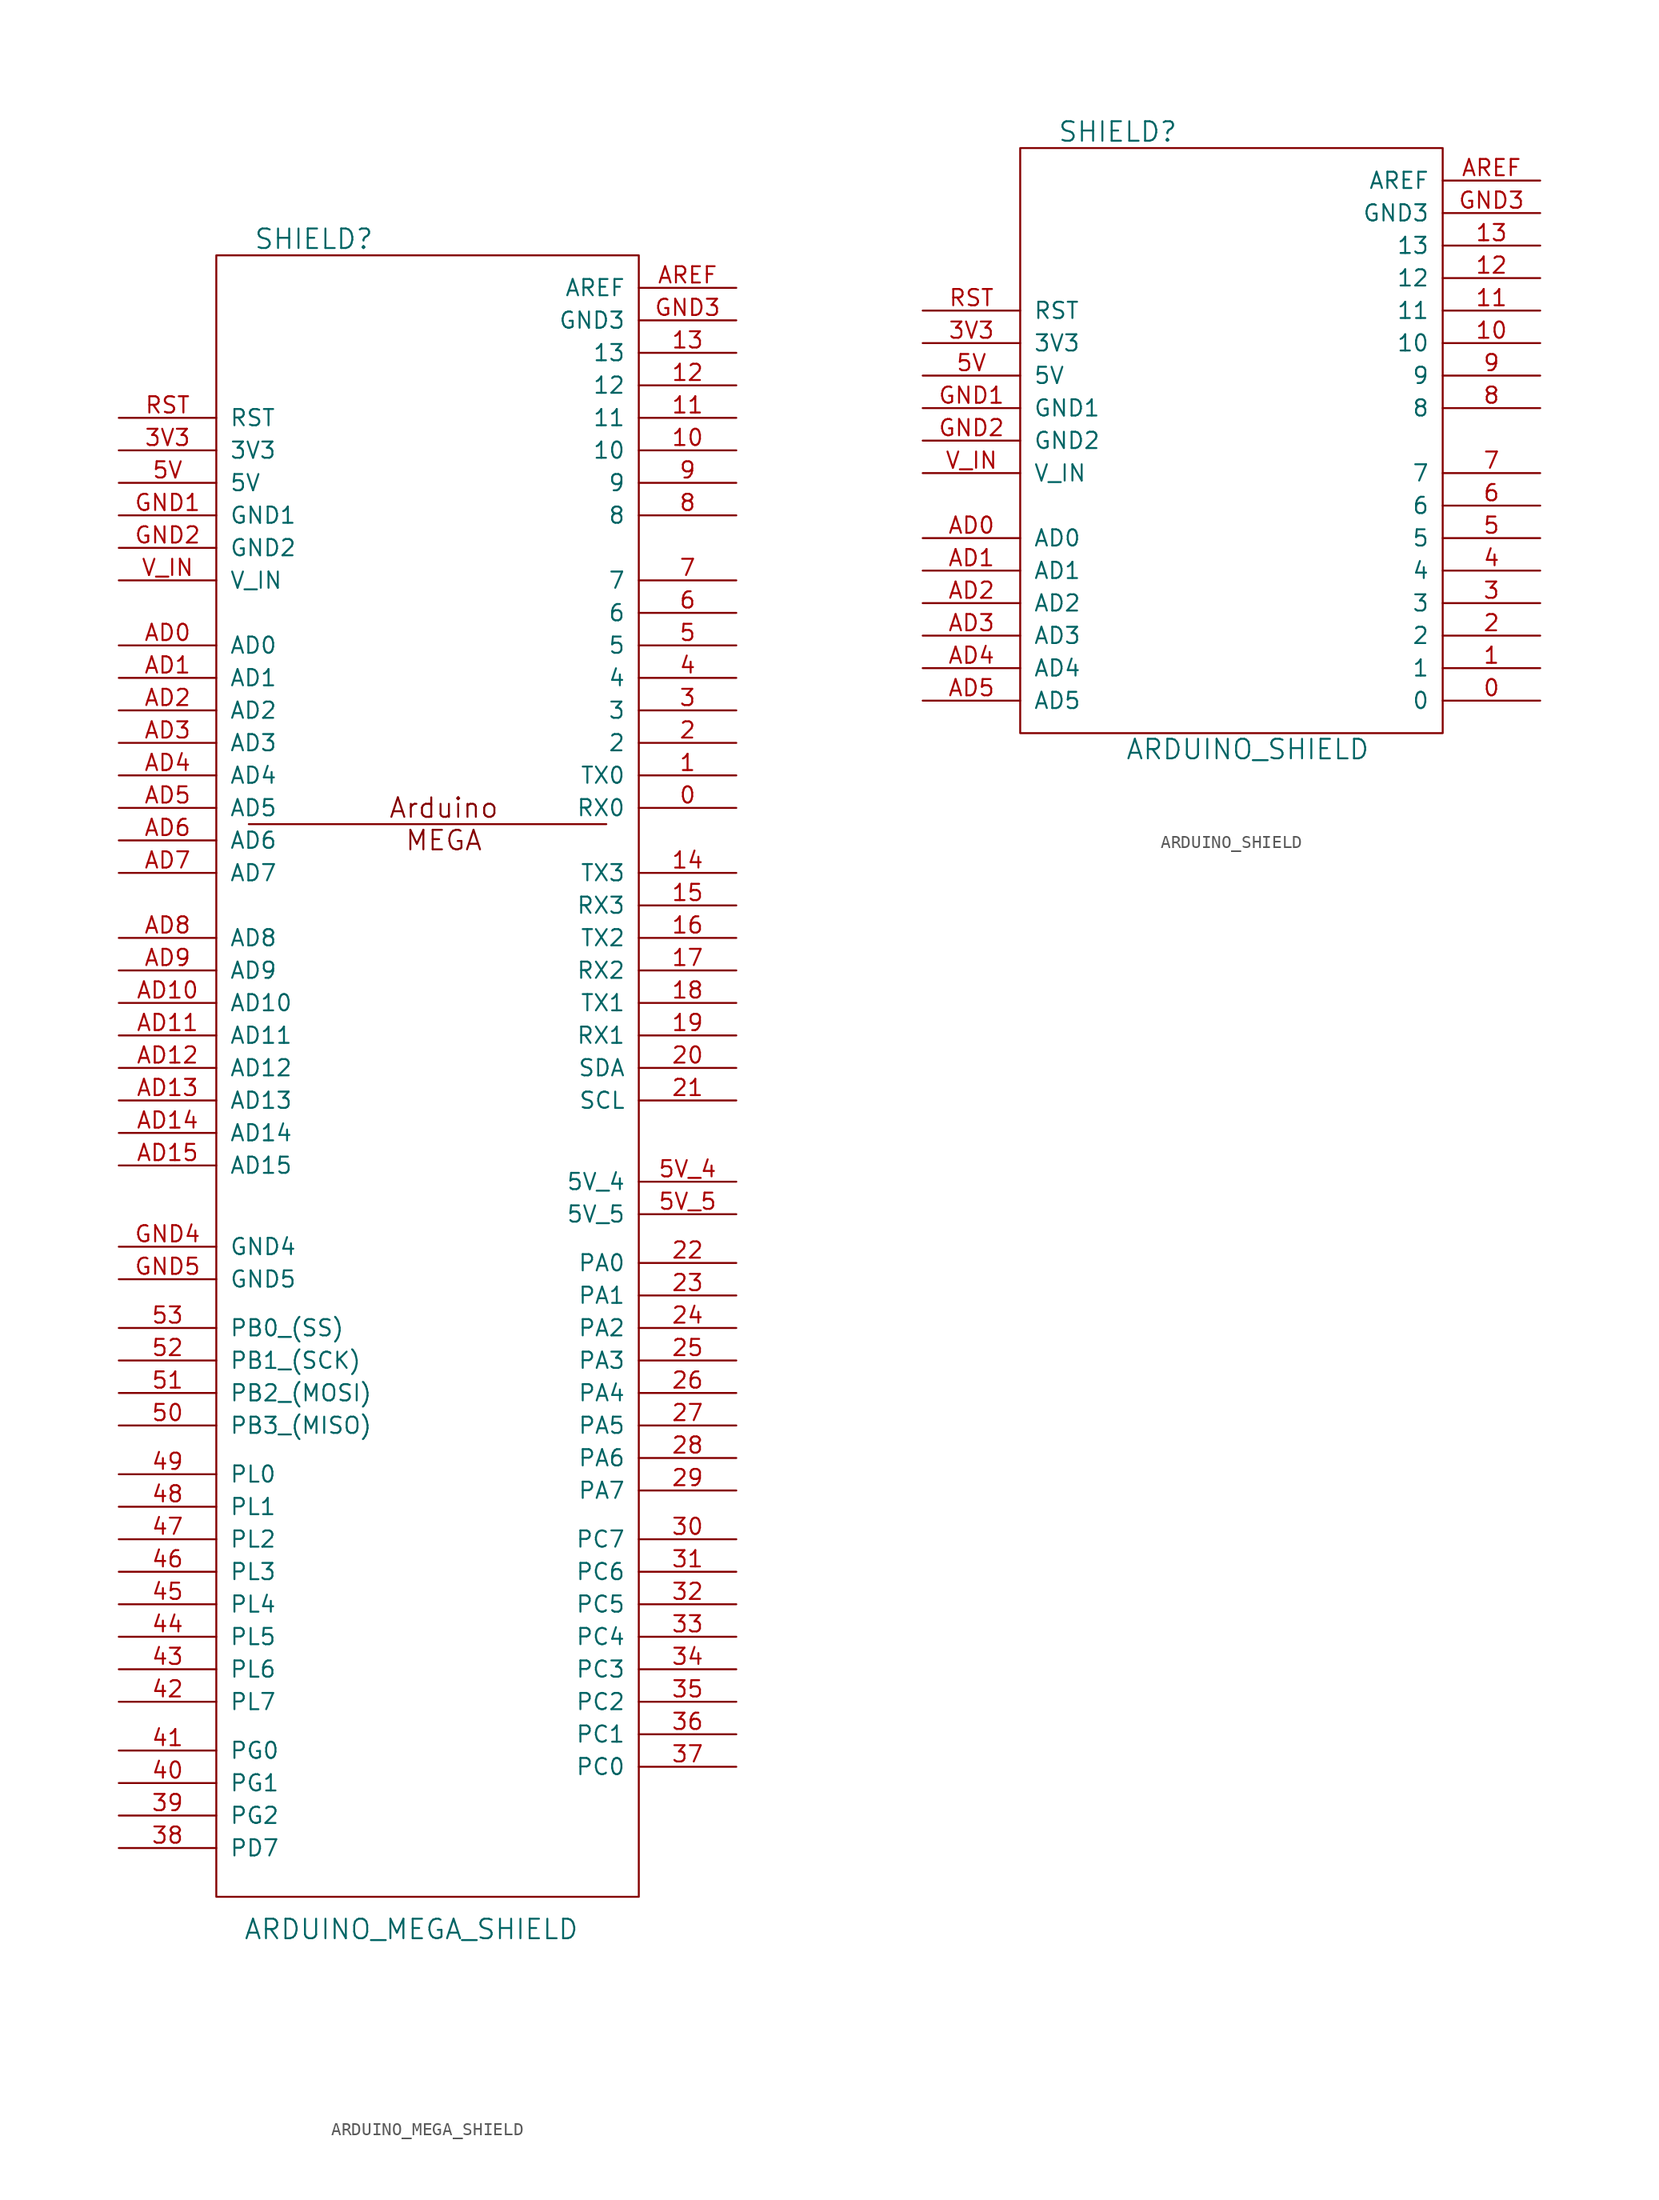
<source format=kicad_sym>
(kicad_symbol_lib
  (version 20211014)
  (generator kicad_symbol_editor)
  (symbol "ARDUINO_MEGA_SHIELD"
    (pin_names
      (offset 1.016))
    (property "Reference" "SHIELD"
      (at -10.16 63.5 0)
      (effects (font (size 1.524 1.524))))
    (property "Value" "ARDUINO_MEGA_SHIELD"
      (at -2.54 -68.58 0)
      (effects (font (size 1.524 1.524))))
    (symbol "ARDUINO_MEGA_SHIELD_0_0"
      (text "Arduino" (at 0 19.05 0) (effects (font (size 1.524 1.524))))
      (text "MEGA" (at 0 16.51 0) (effects (font (size 1.524 1.524)))))
    (symbol "ARDUINO_MEGA_SHIELD_0_1"
      (rectangle (start -17.78 -66.04) (end 15.24 62.23) (stroke (width 0) (type default) (color 0 0 0 0)) (fill (type none)))
      (polyline (pts (xy -15.24 17.78) (xy 12.7 17.78) (xy 12.7 17.78)) (stroke (width 0) (type default) (color 0 0 0 0)) (fill (type none))))
    (symbol "ARDUINO_MEGA_SHIELD_1_1"
      (pin bidirectional line (at 22.86 19.05 180) (length 7.62) (name "RX0" (effects (font (size 1.27 1.27)))) (number "0" (effects (font (size 1.27 1.27)))))
      (pin bidirectional line (at 22.86 21.59 180) (length 7.62) (name "TX0" (effects (font (size 1.27 1.27)))) (number "1" (effects (font (size 1.27 1.27)))))
      (pin bidirectional line (at 22.86 46.99 180) (length 7.62) (name "10" (effects (font (size 1.27 1.27)))) (number "10" (effects (font (size 1.27 1.27)))))
      (pin bidirectional line (at 22.86 49.53 180) (length 7.62) (name "11" (effects (font (size 1.27 1.27)))) (number "11" (effects (font (size 1.27 1.27)))))
      (pin bidirectional line (at 22.86 52.07 180) (length 7.62) (name "12" (effects (font (size 1.27 1.27)))) (number "12" (effects (font (size 1.27 1.27)))))
      (pin bidirectional line (at 22.86 54.61 180) (length 7.62) (name "13" (effects (font (size 1.27 1.27)))) (number "13" (effects (font (size 1.27 1.27)))))
      (pin bidirectional line (at 22.86 13.97 180) (length 7.62) (name "TX3" (effects (font (size 1.27 1.27)))) (number "14" (effects (font (size 1.27 1.27)))))
      (pin bidirectional line (at 22.86 11.43 180) (length 7.62) (name "RX3" (effects (font (size 1.27 1.27)))) (number "15" (effects (font (size 1.27 1.27)))))
      (pin bidirectional line (at 22.86 8.89 180) (length 7.62) (name "TX2" (effects (font (size 1.27 1.27)))) (number "16" (effects (font (size 1.27 1.27)))))
      (pin bidirectional line (at 22.86 6.35 180) (length 7.62) (name "RX2" (effects (font (size 1.27 1.27)))) (number "17" (effects (font (size 1.27 1.27)))))
      (pin bidirectional line (at 22.86 3.81 180) (length 7.62) (name "TX1" (effects (font (size 1.27 1.27)))) (number "18" (effects (font (size 1.27 1.27)))))
      (pin bidirectional line (at 22.86 1.27 180) (length 7.62) (name "RX1" (effects (font (size 1.27 1.27)))) (number "19" (effects (font (size 1.27 1.27)))))
      (pin bidirectional line (at 22.86 24.13 180) (length 7.62) (name "2" (effects (font (size 1.27 1.27)))) (number "2" (effects (font (size 1.27 1.27)))))
      (pin bidirectional line (at 22.86 -1.27 180) (length 7.62) (name "SDA" (effects (font (size 1.27 1.27)))) (number "20" (effects (font (size 1.27 1.27)))))
      (pin bidirectional line (at 22.86 -3.81 180) (length 7.62) (name "SCL" (effects (font (size 1.27 1.27)))) (number "21" (effects (font (size 1.27 1.27)))))
      (pin bidirectional line (at 22.86 -16.51 180) (length 7.62) (name "PA0" (effects (font (size 1.27 1.27)))) (number "22" (effects (font (size 1.27 1.27)))))
      (pin bidirectional line (at 22.86 -19.05 180) (length 7.62) (name "PA1" (effects (font (size 1.27 1.27)))) (number "23" (effects (font (size 1.27 1.27)))))
      (pin bidirectional line (at 22.86 -21.59 180) (length 7.62) (name "PA2" (effects (font (size 1.27 1.27)))) (number "24" (effects (font (size 1.27 1.27)))))
      (pin bidirectional line (at 22.86 -24.13 180) (length 7.62) (name "PA3" (effects (font (size 1.27 1.27)))) (number "25" (effects (font (size 1.27 1.27)))))
      (pin bidirectional line (at 22.86 -26.67 180) (length 7.62) (name "PA4" (effects (font (size 1.27 1.27)))) (number "26" (effects (font (size 1.27 1.27)))))
      (pin bidirectional line (at 22.86 -29.21 180) (length 7.62) (name "PA5" (effects (font (size 1.27 1.27)))) (number "27" (effects (font (size 1.27 1.27)))))
      (pin bidirectional line (at 22.86 -31.75 180) (length 7.62) (name "PA6" (effects (font (size 1.27 1.27)))) (number "28" (effects (font (size 1.27 1.27)))))
      (pin bidirectional line (at 22.86 -34.29 180) (length 7.62) (name "PA7" (effects (font (size 1.27 1.27)))) (number "29" (effects (font (size 1.27 1.27)))))
      (pin bidirectional line (at 22.86 26.67 180) (length 7.62) (name "3" (effects (font (size 1.27 1.27)))) (number "3" (effects (font (size 1.27 1.27)))))
      (pin bidirectional line (at 22.86 -38.1 180) (length 7.62) (name "PC7" (effects (font (size 1.27 1.27)))) (number "30" (effects (font (size 1.27 1.27)))))
      (pin bidirectional line (at 22.86 -40.64 180) (length 7.62) (name "PC6" (effects (font (size 1.27 1.27)))) (number "31" (effects (font (size 1.27 1.27)))))
      (pin bidirectional line (at 22.86 -43.18 180) (length 7.62) (name "PC5" (effects (font (size 1.27 1.27)))) (number "32" (effects (font (size 1.27 1.27)))))
      (pin bidirectional line (at 22.86 -45.72 180) (length 7.62) (name "PC4" (effects (font (size 1.27 1.27)))) (number "33" (effects (font (size 1.27 1.27)))))
      (pin bidirectional line (at 22.86 -48.26 180) (length 7.62) (name "PC3" (effects (font (size 1.27 1.27)))) (number "34" (effects (font (size 1.27 1.27)))))
      (pin bidirectional line (at 22.86 -50.8 180) (length 7.62) (name "PC2" (effects (font (size 1.27 1.27)))) (number "35" (effects (font (size 1.27 1.27)))))
      (pin bidirectional line (at 22.86 -53.34 180) (length 7.62) (name "PC1" (effects (font (size 1.27 1.27)))) (number "36" (effects (font (size 1.27 1.27)))))
      (pin bidirectional line (at 22.86 -55.88 180) (length 7.62) (name "PC0" (effects (font (size 1.27 1.27)))) (number "37" (effects (font (size 1.27 1.27)))))
      (pin bidirectional line (at -25.4 -62.23 0) (length 7.62) (name "PD7" (effects (font (size 1.27 1.27)))) (number "38" (effects (font (size 1.27 1.27)))))
      (pin bidirectional line (at -25.4 -59.69 0) (length 7.62) (name "PG2" (effects (font (size 1.27 1.27)))) (number "39" (effects (font (size 1.27 1.27)))))
      (pin power_in line (at -25.4 46.99 0) (length 7.62) (name "3V3" (effects (font (size 1.27 1.27)))) (number "3V3" (effects (font (size 1.27 1.27)))))
      (pin bidirectional line (at 22.86 29.21 180) (length 7.62) (name "4" (effects (font (size 1.27 1.27)))) (number "4" (effects (font (size 1.27 1.27)))))
      (pin bidirectional line (at -25.4 -57.15 0) (length 7.62) (name "PG1" (effects (font (size 1.27 1.27)))) (number "40" (effects (font (size 1.27 1.27)))))
      (pin bidirectional line (at -25.4 -54.61 0) (length 7.62) (name "PG0" (effects (font (size 1.27 1.27)))) (number "41" (effects (font (size 1.27 1.27)))))
      (pin bidirectional line (at -25.4 -50.8 0) (length 7.62) (name "PL7" (effects (font (size 1.27 1.27)))) (number "42" (effects (font (size 1.27 1.27)))))
      (pin bidirectional line (at -25.4 -48.26 0) (length 7.62) (name "PL6" (effects (font (size 1.27 1.27)))) (number "43" (effects (font (size 1.27 1.27)))))
      (pin bidirectional line (at -25.4 -45.72 0) (length 7.62) (name "PL5" (effects (font (size 1.27 1.27)))) (number "44" (effects (font (size 1.27 1.27)))))
      (pin bidirectional line (at -25.4 -43.18 0) (length 7.62) (name "PL4" (effects (font (size 1.27 1.27)))) (number "45" (effects (font (size 1.27 1.27)))))
      (pin bidirectional line (at -25.4 -40.64 0) (length 7.62) (name "PL3" (effects (font (size 1.27 1.27)))) (number "46" (effects (font (size 1.27 1.27)))))
      (pin bidirectional line (at -25.4 -38.1 0) (length 7.62) (name "PL2" (effects (font (size 1.27 1.27)))) (number "47" (effects (font (size 1.27 1.27)))))
      (pin bidirectional line (at -25.4 -35.56 0) (length 7.62) (name "PL1" (effects (font (size 1.27 1.27)))) (number "48" (effects (font (size 1.27 1.27)))))
      (pin bidirectional line (at -25.4 -33.02 0) (length 7.62) (name "PL0" (effects (font (size 1.27 1.27)))) (number "49" (effects (font (size 1.27 1.27)))))
      (pin bidirectional line (at 22.86 31.75 180) (length 7.62) (name "5" (effects (font (size 1.27 1.27)))) (number "5" (effects (font (size 1.27 1.27)))))
      (pin bidirectional line (at -25.4 -29.21 0) (length 7.62) (name "PB3_(MISO)" (effects (font (size 1.27 1.27)))) (number "50" (effects (font (size 1.27 1.27)))))
      (pin bidirectional line (at -25.4 -26.67 0) (length 7.62) (name "PB2_(MOSI)" (effects (font (size 1.27 1.27)))) (number "51" (effects (font (size 1.27 1.27)))))
      (pin bidirectional line (at -25.4 -24.13 0) (length 7.62) (name "PB1_(SCK)" (effects (font (size 1.27 1.27)))) (number "52" (effects (font (size 1.27 1.27)))))
      (pin bidirectional line (at -25.4 -21.59 0) (length 7.62) (name "PB0_(SS)" (effects (font (size 1.27 1.27)))) (number "53" (effects (font (size 1.27 1.27)))))
      (pin power_in line (at -25.4 44.45 0) (length 7.62) (name "5V" (effects (font (size 1.27 1.27)))) (number "5V" (effects (font (size 1.27 1.27)))))
      (pin power_in line (at 22.86 -10.16 180) (length 7.62) (name "5V_4" (effects (font (size 1.27 1.27)))) (number "5V_4" (effects (font (size 1.27 1.27)))))
      (pin power_in line (at 22.86 -12.7 180) (length 7.62) (name "5V_5" (effects (font (size 1.27 1.27)))) (number "5V_5" (effects (font (size 1.27 1.27)))))
      (pin bidirectional line (at 22.86 34.29 180) (length 7.62) (name "6" (effects (font (size 1.27 1.27)))) (number "6" (effects (font (size 1.27 1.27)))))
      (pin bidirectional line (at 22.86 36.83 180) (length 7.62) (name "7" (effects (font (size 1.27 1.27)))) (number "7" (effects (font (size 1.27 1.27)))))
      (pin bidirectional line (at 22.86 41.91 180) (length 7.62) (name "8" (effects (font (size 1.27 1.27)))) (number "8" (effects (font (size 1.27 1.27)))))
      (pin bidirectional line (at 22.86 44.45 180) (length 7.62) (name "9" (effects (font (size 1.27 1.27)))) (number "9" (effects (font (size 1.27 1.27)))))
      (pin bidirectional line (at -25.4 31.75 0) (length 7.62) (name "AD0" (effects (font (size 1.27 1.27)))) (number "AD0" (effects (font (size 1.27 1.27)))))
      (pin bidirectional line (at -25.4 29.21 0) (length 7.62) (name "AD1" (effects (font (size 1.27 1.27)))) (number "AD1" (effects (font (size 1.27 1.27)))))
      (pin bidirectional line (at -25.4 3.81 0) (length 7.62) (name "AD10" (effects (font (size 1.27 1.27)))) (number "AD10" (effects (font (size 1.27 1.27)))))
      (pin bidirectional line (at -25.4 1.27 0) (length 7.62) (name "AD11" (effects (font (size 1.27 1.27)))) (number "AD11" (effects (font (size 1.27 1.27)))))
      (pin bidirectional line (at -25.4 -1.27 0) (length 7.62) (name "AD12" (effects (font (size 1.27 1.27)))) (number "AD12" (effects (font (size 1.27 1.27)))))
      (pin bidirectional line (at -25.4 -3.81 0) (length 7.62) (name "AD13" (effects (font (size 1.27 1.27)))) (number "AD13" (effects (font (size 1.27 1.27)))))
      (pin bidirectional line (at -25.4 -6.35 0) (length 7.62) (name "AD14" (effects (font (size 1.27 1.27)))) (number "AD14" (effects (font (size 1.27 1.27)))))
      (pin bidirectional line (at -25.4 -8.89 0) (length 7.62) (name "AD15" (effects (font (size 1.27 1.27)))) (number "AD15" (effects (font (size 1.27 1.27)))))
      (pin bidirectional line (at -25.4 26.67 0) (length 7.62) (name "AD2" (effects (font (size 1.27 1.27)))) (number "AD2" (effects (font (size 1.27 1.27)))))
      (pin bidirectional line (at -25.4 24.13 0) (length 7.62) (name "AD3" (effects (font (size 1.27 1.27)))) (number "AD3" (effects (font (size 1.27 1.27)))))
      (pin bidirectional line (at -25.4 21.59 0) (length 7.62) (name "AD4" (effects (font (size 1.27 1.27)))) (number "AD4" (effects (font (size 1.27 1.27)))))
      (pin bidirectional line (at -25.4 19.05 0) (length 7.62) (name "AD5" (effects (font (size 1.27 1.27)))) (number "AD5" (effects (font (size 1.27 1.27)))))
      (pin bidirectional line (at -25.4 16.51 0) (length 7.62) (name "AD6" (effects (font (size 1.27 1.27)))) (number "AD6" (effects (font (size 1.27 1.27)))))
      (pin bidirectional line (at -25.4 13.97 0) (length 7.62) (name "AD7" (effects (font (size 1.27 1.27)))) (number "AD7" (effects (font (size 1.27 1.27)))))
      (pin bidirectional line (at -25.4 8.89 0) (length 7.62) (name "AD8" (effects (font (size 1.27 1.27)))) (number "AD8" (effects (font (size 1.27 1.27)))))
      (pin bidirectional line (at -25.4 6.35 0) (length 7.62) (name "AD9" (effects (font (size 1.27 1.27)))) (number "AD9" (effects (font (size 1.27 1.27)))))
      (pin power_in line (at 22.86 59.69 180) (length 7.62) (name "AREF" (effects (font (size 1.27 1.27)))) (number "AREF" (effects (font (size 1.27 1.27)))))
      (pin power_in line (at -25.4 41.91 0) (length 7.62) (name "GND1" (effects (font (size 1.27 1.27)))) (number "GND1" (effects (font (size 1.27 1.27)))))
      (pin power_in line (at -25.4 39.37 0) (length 7.62) (name "GND2" (effects (font (size 1.27 1.27)))) (number "GND2" (effects (font (size 1.27 1.27)))))
      (pin power_in line (at 22.86 57.15 180) (length 7.62) (name "GND3" (effects (font (size 1.27 1.27)))) (number "GND3" (effects (font (size 1.27 1.27)))))
      (pin power_in line (at -25.4 -15.24 0) (length 7.62) (name "GND4" (effects (font (size 1.27 1.27)))) (number "GND4" (effects (font (size 1.27 1.27)))))
      (pin power_in line (at -25.4 -17.78 0) (length 7.62) (name "GND5" (effects (font (size 1.27 1.27)))) (number "GND5" (effects (font (size 1.27 1.27)))))
      (pin input line (at -25.4 49.53 0) (length 7.62) (name "RST" (effects (font (size 1.27 1.27)))) (number "RST" (effects (font (size 1.27 1.27)))))
      (pin power_in line (at -25.4 36.83 0) (length 7.62) (name "V_IN" (effects (font (size 1.27 1.27)))) (number "V_IN" (effects (font (size 1.27 1.27)))))))
  (symbol "ARDUINO_SHIELD"
    (pin_names
      (offset 1.016))
    (property "Reference" "SHIELD"
      (at -8.89 24.13 0)
      (effects (font (size 1.524 1.524))))
    (property "Value" "ARDUINO_SHIELD"
      (at 1.27 -24.13 0)
      (effects (font (size 1.524 1.524))))
    (symbol "ARDUINO_SHIELD_0_1"
      (rectangle (start -16.51 -22.86) (end 16.51 22.86) (stroke (width 0) (type default) (color 0 0 0 0)) (fill (type none))))
    (symbol "ARDUINO_SHIELD_1_1"
      (pin bidirectional line (at 24.13 -20.32 180) (length 7.62) (name "0" (effects (font (size 1.27 1.27)))) (number "0" (effects (font (size 1.27 1.27)))))
      (pin bidirectional line (at 24.13 -17.78 180) (length 7.62) (name "1" (effects (font (size 1.27 1.27)))) (number "1" (effects (font (size 1.27 1.27)))))
      (pin bidirectional line (at 24.13 7.62 180) (length 7.62) (name "10" (effects (font (size 1.27 1.27)))) (number "10" (effects (font (size 1.27 1.27)))))
      (pin bidirectional line (at 24.13 10.16 180) (length 7.62) (name "11" (effects (font (size 1.27 1.27)))) (number "11" (effects (font (size 1.27 1.27)))))
      (pin bidirectional line (at 24.13 12.7 180) (length 7.62) (name "12" (effects (font (size 1.27 1.27)))) (number "12" (effects (font (size 1.27 1.27)))))
      (pin bidirectional line (at 24.13 15.24 180) (length 7.62) (name "13" (effects (font (size 1.27 1.27)))) (number "13" (effects (font (size 1.27 1.27)))))
      (pin bidirectional line (at 24.13 -15.24 180) (length 7.62) (name "2" (effects (font (size 1.27 1.27)))) (number "2" (effects (font (size 1.27 1.27)))))
      (pin bidirectional line (at 24.13 -12.7 180) (length 7.62) (name "3" (effects (font (size 1.27 1.27)))) (number "3" (effects (font (size 1.27 1.27)))))
      (pin power_in line (at -24.13 7.62 0) (length 7.62) (name "3V3" (effects (font (size 1.27 1.27)))) (number "3V3" (effects (font (size 1.27 1.27)))))
      (pin bidirectional line (at 24.13 -10.16 180) (length 7.62) (name "4" (effects (font (size 1.27 1.27)))) (number "4" (effects (font (size 1.27 1.27)))))
      (pin bidirectional line (at 24.13 -7.62 180) (length 7.62) (name "5" (effects (font (size 1.27 1.27)))) (number "5" (effects (font (size 1.27 1.27)))))
      (pin power_in line (at -24.13 5.08 0) (length 7.62) (name "5V" (effects (font (size 1.27 1.27)))) (number "5V" (effects (font (size 1.27 1.27)))))
      (pin bidirectional line (at 24.13 -5.08 180) (length 7.62) (name "6" (effects (font (size 1.27 1.27)))) (number "6" (effects (font (size 1.27 1.27)))))
      (pin bidirectional line (at 24.13 -2.54 180) (length 7.62) (name "7" (effects (font (size 1.27 1.27)))) (number "7" (effects (font (size 1.27 1.27)))))
      (pin bidirectional line (at 24.13 2.54 180) (length 7.62) (name "8" (effects (font (size 1.27 1.27)))) (number "8" (effects (font (size 1.27 1.27)))))
      (pin bidirectional line (at 24.13 5.08 180) (length 7.62) (name "9" (effects (font (size 1.27 1.27)))) (number "9" (effects (font (size 1.27 1.27)))))
      (pin bidirectional line (at -24.13 -7.62 0) (length 7.62) (name "AD0" (effects (font (size 1.27 1.27)))) (number "AD0" (effects (font (size 1.27 1.27)))))
      (pin bidirectional line (at -24.13 -10.16 0) (length 7.62) (name "AD1" (effects (font (size 1.27 1.27)))) (number "AD1" (effects (font (size 1.27 1.27)))))
      (pin bidirectional line (at -24.13 -12.7 0) (length 7.62) (name "AD2" (effects (font (size 1.27 1.27)))) (number "AD2" (effects (font (size 1.27 1.27)))))
      (pin bidirectional line (at -24.13 -15.24 0) (length 7.62) (name "AD3" (effects (font (size 1.27 1.27)))) (number "AD3" (effects (font (size 1.27 1.27)))))
      (pin bidirectional line (at -24.13 -17.78 0) (length 7.62) (name "AD4" (effects (font (size 1.27 1.27)))) (number "AD4" (effects (font (size 1.27 1.27)))))
      (pin bidirectional line (at -24.13 -20.32 0) (length 7.62) (name "AD5" (effects (font (size 1.27 1.27)))) (number "AD5" (effects (font (size 1.27 1.27)))))
      (pin power_in line (at 24.13 20.32 180) (length 7.62) (name "AREF" (effects (font (size 1.27 1.27)))) (number "AREF" (effects (font (size 1.27 1.27)))))
      (pin power_in line (at -24.13 2.54 0) (length 7.62) (name "GND1" (effects (font (size 1.27 1.27)))) (number "GND1" (effects (font (size 1.27 1.27)))))
      (pin power_in line (at -24.13 0 0) (length 7.62) (name "GND2" (effects (font (size 1.27 1.27)))) (number "GND2" (effects (font (size 1.27 1.27)))))
      (pin power_in line (at 24.13 17.78 180) (length 7.62) (name "GND3" (effects (font (size 1.27 1.27)))) (number "GND3" (effects (font (size 1.27 1.27)))))
      (pin input line (at -24.13 10.16 0) (length 7.62) (name "RST" (effects (font (size 1.27 1.27)))) (number "RST" (effects (font (size 1.27 1.27)))))
      (pin power_in line (at -24.13 -2.54 0) (length 7.62) (name "V_IN" (effects (font (size 1.27 1.27)))) (number "V_IN" (effects (font (size 1.27 1.27))))))))
</source>
